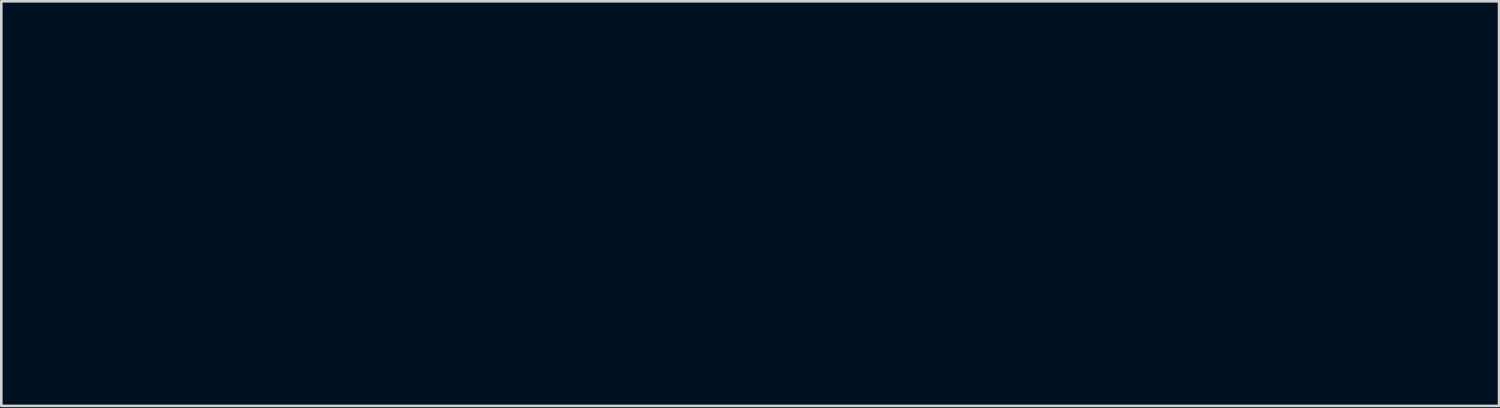
<source format=kicad_pcb>
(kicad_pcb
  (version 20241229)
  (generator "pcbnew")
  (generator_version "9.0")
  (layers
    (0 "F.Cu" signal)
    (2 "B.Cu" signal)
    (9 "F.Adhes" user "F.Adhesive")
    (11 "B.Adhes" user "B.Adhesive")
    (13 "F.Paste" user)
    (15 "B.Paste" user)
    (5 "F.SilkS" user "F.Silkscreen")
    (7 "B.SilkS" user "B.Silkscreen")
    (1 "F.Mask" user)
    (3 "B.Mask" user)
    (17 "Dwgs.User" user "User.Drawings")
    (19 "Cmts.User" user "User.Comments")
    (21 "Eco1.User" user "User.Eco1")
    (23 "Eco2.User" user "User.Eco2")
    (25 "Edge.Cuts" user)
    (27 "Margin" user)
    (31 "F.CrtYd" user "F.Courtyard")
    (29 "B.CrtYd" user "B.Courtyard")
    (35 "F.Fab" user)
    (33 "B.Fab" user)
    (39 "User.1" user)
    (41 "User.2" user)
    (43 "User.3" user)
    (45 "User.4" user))
  (footprint "OT_gold_logo"
    (layer "F.Cu")
    (at 25.913 4.746)
    (property "Reference" "OT_gold_logo" (at 0 0 0) (layer "F.Mask") (effects (font (size 1.524 1.524) (thickness 0.3))))
    (attr through_hole)
    (fp_poly (pts (xy 18.733 4.487) (xy 17.674 4.487) (xy 17.674 0.169) (xy 18.733 0.169) (xy 18.733 4.487)) (stroke (width 0.01) (type solid)) (fill yes) (layer "F.Mask"))
    (fp_poly (pts (xy 25.273 4.487) (xy 24.215 4.487) (xy 24.215 3.45) (xy 25.273 3.45) (xy 25.273 4.487)) (stroke (width 0.01) (type solid)) (fill yes) (layer "F.Mask"))
    (fp_poly (pts (xy -21.431 -3.662) (xy -22.511 -2.582) (xy -24.013 -2.582) (xy -22.934 -3.662) (xy -21.855 -4.741) (xy -20.352 -4.741) (xy -21.431 -3.662)) (stroke (width 0.01) (type solid)) (fill yes) (layer "F.Mask"))
    (fp_poly (pts (xy -18.341 -3.662) (xy -19.42 -2.582) (xy -20.923 -2.582) (xy -19.844 -3.662) (xy -18.764 -4.741) (xy -17.262 -4.741) (xy -18.341 -3.662)) (stroke (width 0.01) (type solid)) (fill yes) (layer "F.Mask"))
    (fp_poly (pts (xy -10.181 -2.572) (xy -12.351 -0.402) (xy -13.854 -0.402) (xy -11.684 -2.572) (xy -9.514 -4.741) (xy -8.012 -4.741) (xy -10.181 -2.572)) (stroke (width 0.01) (type solid)) (fill yes) (layer "F.Mask"))
    (fp_poly (pts (xy -0.931 -2.572) (xy -3.101 -0.402) (xy -4.604 -0.402) (xy -2.434 -2.572) (xy -0.265 -4.741) (xy 1.238 -4.741) (xy -0.931 -2.572)) (stroke (width 0.01) (type solid)) (fill yes) (layer "F.Mask"))
    (fp_poly (pts (xy -16.341 -2.572) (xy -18.51 -0.402) (xy -18.817 -0.402) (xy -18.817 -1.598) (xy -17.245 -3.17) (xy -15.674 -4.741) (xy -14.171 -4.741) (xy -16.341 -2.572)) (stroke (width 0.01) (type solid)) (fill yes) (layer "F.Mask"))
    (fp_poly (pts (xy 4.017 -2.09) (xy 4.022 -1.344) (xy 3.55 -0.873) (xy 3.078 -0.402) (xy 1.577 -0.402) (xy 2.794 -1.619) (xy 4.011 -2.836) (xy 4.017 -2.09)) (stroke (width 0.01) (type solid)) (fill yes) (layer "F.Mask"))
    (fp_poly (pts (xy 4.022 -4.434) (xy 2.006 -2.418) (xy -0.011 -0.402) (xy -1.513 -0.402) (xy 0.656 -2.572) (xy 2.826 -4.741) (xy 4.022 -4.741) (xy 4.022 -4.434)) (stroke (width 0.01) (type solid)) (fill yes) (layer "F.Mask"))
    (fp_poly (pts (xy -16.75 0.174) (xy -16.004 0.18) (xy -17.411 1.587) (xy -18.817 2.995) (xy -18.817 2.244) (xy -18.817 1.492) (xy -18.156 0.831) (xy -17.495 0.169) (xy -16.75 0.174)) (stroke (width 0.01) (type solid)) (fill yes) (layer "F.Mask"))
    (fp_poly (pts (xy 23.643 -0.402) (xy 22.585 -0.402) (xy 22.585 -3.683) (xy 20.384 -3.683) (xy 20.373 -0.413) (xy 19.325 -0.401) (xy 19.325 -4.741) (xy 23.643 -4.741) (xy 23.643 -0.402)) (stroke (width 0.01) (type solid)) (fill yes) (layer "F.Mask"))
    (fp_poly (pts (xy 23.643 4.487) (xy 22.585 4.487) (xy 22.585 1.228) (xy 20.384 1.228) (xy 20.384 4.487) (xy 19.325 4.487) (xy 19.325 0.169) (xy 23.643 0.169) (xy 23.643 4.487)) (stroke (width 0.01) (type solid)) (fill yes) (layer "F.Mask"))
    (fp_poly (pts (xy -9.594 0.169) (xy -7.429 0.169) (xy -7.429 1.228) (xy -9.059 1.228) (xy -9.059 4.487) (xy -10.118 4.487) (xy -10.118 1.228) (xy -11.746 1.228) (xy -11.752 0.698) (xy -11.758 0.169) (xy -9.594 0.169)) (stroke (width 0.01) (type solid)) (fill yes) (layer "F.Mask"))
    (fp_poly (pts (xy 12.192 1.228) (xy 8.932 1.228) (xy 8.932 1.799) (xy 12.192 1.799) (xy 12.192 2.857) (xy 8.932 2.857) (xy 8.932 3.45) (xy 12.192 3.45) (xy 12.192 4.487) (xy 7.874 4.487) (xy 7.874 0.169) (xy 12.192 0.169) (xy 12.192 1.228)) (stroke (width 0.01) (type solid)) (fill yes) (layer "F.Mask"))
    (fp_poly (pts (xy 17.103 4.487) (xy 16.044 4.487) (xy 16.044 1.228) (xy 15.473 1.228) (xy 15.473 4.487) (xy 14.415 4.487) (xy 14.415 1.228) (xy 13.822 1.228) (xy 13.822 4.487) (xy 12.785 4.487) (xy 12.785 0.169) (xy 17.103 0.169) (xy 17.103 4.487)) (stroke (width 0.01) (type solid)) (fill yes) (layer "F.Mask"))
    (fp_poly (pts (xy 2.392 1.228) (xy -0.889 1.228) (xy -0.889 1.799) (xy 2.392 1.799) (xy 2.392 2.857) (xy -0.89 2.857) (xy -0.884 3.149) (xy -0.878 3.44) (xy 2.392 3.45) (xy 2.392 4.487) (xy -1.947 4.487) (xy -1.947 0.169) (xy 2.392 0.169) (xy 2.392 1.228)) (stroke (width 0.01) (type solid)) (fill yes) (layer "F.Mask"))
    (fp_poly (pts (xy -5.8 1.799) (xy -3.577 1.799) (xy -3.577 0.169) (xy -2.519 0.169) (xy -2.519 4.487) (xy -3.577 4.487) (xy -3.577 2.857) (xy -4.683 2.863) (xy -5.789 2.868) (xy -5.795 3.678) (xy -5.8 4.487) (xy -6.858 4.487) (xy -6.858 0.169) (xy -5.8 0.169) (xy -5.8 1.799)) (stroke (width 0.01) (type solid)) (fill yes) (layer "F.Mask"))
    (fp_poly (pts (xy 18.733 -3.683) (xy 15.473 -3.683) (xy 15.473 -3.111) (xy 18.733 -3.111) (xy 18.733 -2.053) (xy 15.472 -2.053) (xy 15.478 -1.762) (xy 15.483 -1.471) (xy 17.108 -1.466) (xy 18.733 -1.46) (xy 18.733 -0.402) (xy 14.415 -0.402) (xy 14.415 -4.741) (xy 18.733 -4.741) (xy 18.733 -3.683)) (stroke (width 0.01) (type solid)) (fill yes) (layer "F.Mask"))
    (fp_poly (pts (xy -24.522 -3.662) (xy -25.601 -2.582) (xy -25.74 -2.582) (xy -25.814 -2.584) (xy -25.869 -2.59) (xy -25.894 -2.596) (xy -25.898 -2.621) (xy -25.901 -2.681) (xy -25.904 -2.773) (xy -25.906 -2.891) (xy -25.907 -3.029) (xy -25.908 -3.181) (xy -25.908 -3.193) (xy -25.908 -3.776) (xy -24.946 -4.741) (xy -23.442 -4.741) (xy -24.522 -3.662)) (stroke (width 0.01) (type solid)) (fill yes) (layer "F.Mask"))
    (fp_poly (pts (xy 13.822 -2.053) (xy 10.573 -2.043) (xy 10.567 -1.222) (xy 10.562 -0.402) (xy 9.504 -0.402) (xy 9.504 -3.111) (xy 10.562 -3.111) (xy 11.668 -3.117) (xy 12.774 -3.122) (xy 12.774 -3.672) (xy 11.668 -3.678) (xy 10.562 -3.683) (xy 10.562 -3.111) (xy 9.504 -3.111) (xy 9.504 -4.741) (xy 13.822 -4.741) (xy 13.822 -2.053)) (stroke (width 0.01) (type solid)) (fill yes) (layer "F.Mask"))
    (fp_poly (pts (xy 25.273 -0.402) (xy 24.758 -0.402) (xy 24.614 -0.403) (xy 24.485 -0.404) (xy 24.376 -0.407) (xy 24.293 -0.41) (xy 24.242 -0.413) (xy 24.229 -0.416) (xy 24.225 -0.441) (xy 24.221 -0.501) (xy 24.218 -0.592) (xy 24.216 -0.708) (xy 24.215 -0.842) (xy 24.215 -0.945) (xy 24.215 -1.46) (xy 25.273 -1.46) (xy 25.273 -0.402)) (stroke (width 0.01) (type solid)) (fill yes) (layer "F.Mask"))
    (fp_poly (pts (xy -10.711 3.369) (xy -10.71 4.124) (xy -11.07 4.477) (xy -11.821 4.487) (xy -11.995 4.49) (xy -12.154 4.492) (xy -12.295 4.494) (xy -12.412 4.496) (xy -12.5 4.497) (xy -12.556 4.498) (xy -12.573 4.498) (xy -12.559 4.483) (xy -12.517 4.441) (xy -12.45 4.374) (xy -12.362 4.284) (xy -12.254 4.175) (xy -12.128 4.048) (xy -11.988 3.906) (xy -11.836 3.752) (xy -11.674 3.588) (xy -11.642 3.556) (xy -10.712 2.614) (xy -10.711 3.369)) (stroke (width 0.01) (type solid)) (fill yes) (layer "F.Mask"))
    (fp_poly (pts (xy -15.081 2.328) (xy -17.239 4.486) (xy -17.986 4.492) (xy -18.159 4.493) (xy -18.318 4.494) (xy -18.458 4.493) (xy -18.574 4.493) (xy -18.661 4.491) (xy -18.716 4.489) (xy -18.733 4.487) (xy -18.718 4.471) (xy -18.675 4.427) (xy -18.605 4.356) (xy -18.511 4.261) (xy -18.393 4.142) (xy -18.254 4.002) (xy -18.094 3.842) (xy -17.917 3.663) (xy -17.723 3.468) (xy -17.514 3.259) (xy -17.291 3.036) (xy -17.058 2.802) (xy -16.814 2.558) (xy -16.579 2.323) (xy -14.425 0.169) (xy -12.922 0.169) (xy -15.081 2.328)) (stroke (width 0.01) (type solid)) (fill yes) (layer "F.Mask"))
    (fp_poly (pts (xy -13.271 -2.572) (xy -15.441 -0.402) (xy -16.177 -0.402) (xy -16.348 -0.402) (xy -16.506 -0.403) (xy -16.644 -0.404) (xy -16.759 -0.405) (xy -16.845 -0.407) (xy -16.897 -0.409) (xy -16.912 -0.41) (xy -16.898 -0.426) (xy -16.855 -0.47) (xy -16.785 -0.541) (xy -16.691 -0.636) (xy -16.573 -0.755) (xy -16.434 -0.895) (xy -16.275 -1.056) (xy -16.098 -1.234) (xy -15.904 -1.429) (xy -15.696 -1.639) (xy -15.474 -1.862) (xy -15.241 -2.097) (xy -14.997 -2.342) (xy -14.76 -2.58) (xy -12.608 -4.741) (xy -11.102 -4.741) (xy -13.271 -2.572)) (stroke (width 0.01) (type solid)) (fill yes) (layer "F.Mask"))
    (fp_poly (pts (xy -12.34 1.799) (xy -11.462 1.799) (xy -12.805 3.143) (xy -14.149 4.486) (xy -14.895 4.492) (xy -15.069 4.493) (xy -15.227 4.494) (xy -15.367 4.493) (xy -15.483 4.493) (xy -15.571 4.491) (xy -15.626 4.489) (xy -15.642 4.487) (xy -15.628 4.471) (xy -15.585 4.427) (xy -15.516 4.357) (xy -15.423 4.263) (xy -15.308 4.146) (xy -15.172 4.009) (xy -15.017 3.854) (xy -14.847 3.683) (xy -14.661 3.496) (xy -14.463 3.298) (xy -14.254 3.088) (xy -14.035 2.87) (xy -13.991 2.826) (xy -12.34 1.175) (xy -12.34 1.799)) (stroke (width 0.01) (type solid)) (fill yes) (layer "F.Mask"))
    (fp_poly (pts (xy -5.517 -4.741) (xy -5.36 -4.74) (xy -5.221 -4.738) (xy -5.107 -4.735) (xy -5.021 -4.732) (xy -4.968 -4.729) (xy -4.954 -4.725) (xy -4.969 -4.709) (xy -5.012 -4.664) (xy -5.081 -4.593) (xy -5.176 -4.497) (xy -5.294 -4.377) (xy -5.433 -4.236) (xy -5.593 -4.076) (xy -5.77 -3.897) (xy -5.964 -3.702) (xy -6.173 -3.492) (xy -6.396 -3.269) (xy -6.63 -3.034) (xy -6.873 -2.79) (xy -7.108 -2.556) (xy -9.26 -0.402) (xy -10.763 -0.402) (xy -8.594 -2.572) (xy -6.424 -4.741) (xy -5.689 -4.741) (xy -5.517 -4.741)) (stroke (width 0.01) (type solid)) (fill yes) (layer "F.Mask"))
    (fp_poly (pts (xy -4.022 -2.572) (xy -6.191 -0.402) (xy -6.927 -0.402) (xy -7.098 -0.403) (xy -7.256 -0.404) (xy -7.394 -0.406) (xy -7.509 -0.408) (xy -7.595 -0.411) (xy -7.648 -0.415) (xy -7.662 -0.418) (xy -7.648 -0.435) (xy -7.605 -0.479) (xy -7.535 -0.551) (xy -7.44 -0.647) (xy -7.323 -0.766) (xy -7.183 -0.907) (xy -7.024 -1.068) (xy -6.846 -1.246) (xy -6.652 -1.442) (xy -6.443 -1.652) (xy -6.221 -1.875) (xy -5.987 -2.109) (xy -5.743 -2.353) (xy -5.509 -2.588) (xy -3.355 -4.741) (xy -1.852 -4.741) (xy -4.022 -2.572)) (stroke (width 0.01) (type solid)) (fill yes) (layer "F.Mask"))
    (fp_poly (pts (xy 8.932 -0.402) (xy 4.593 -0.402) (xy 4.593 -2.586) (xy 5.652 -2.586) (xy 5.652 -2.374) (xy 5.653 -2.176) (xy 5.654 -1.994) (xy 5.655 -1.833) (xy 5.657 -1.697) (xy 5.66 -1.59) (xy 5.662 -1.515) (xy 5.665 -1.478) (xy 5.666 -1.474) (xy 5.689 -1.472) (xy 5.751 -1.469) (xy 5.847 -1.468) (xy 5.973 -1.466) (xy 6.125 -1.465) (xy 6.3 -1.465) (xy 6.493 -1.465) (xy 6.7 -1.465) (xy 6.772 -1.466) (xy 7.863 -1.471) (xy 7.863 -3.672) (xy 6.757 -3.678) (xy 5.652 -3.683) (xy 5.652 -2.586) (xy 4.593 -2.586) (xy 4.593 -4.741) (xy 8.932 -4.741) (xy 8.932 -0.402)) (stroke (width 0.01) (type solid)) (fill yes) (layer "F.Mask"))
    (fp_poly (pts (xy 7.281 2.857) (xy 6.879 2.857) (xy 6.754 2.858) (xy 6.645 2.86) (xy 6.558 2.864) (xy 6.5 2.868) (xy 6.477 2.873) (xy 6.477 2.873) (xy 6.491 2.891) (xy 6.533 2.936) (xy 6.597 3.003) (xy 6.681 3.09) (xy 6.782 3.193) (xy 6.896 3.308) (xy 7.011 3.424) (xy 7.546 3.958) (xy 7.176 4.329) (xy 7.073 4.43) (xy 6.981 4.522) (xy 6.903 4.598) (xy 6.843 4.656) (xy 6.806 4.69) (xy 6.795 4.699) (xy 6.778 4.684) (xy 6.734 4.642) (xy 6.666 4.576) (xy 6.575 4.486) (xy 6.465 4.378) (xy 6.338 4.252) (xy 6.197 4.111) (xy 6.043 3.958) (xy 5.881 3.796) (xy 5.863 3.778) (xy 4.943 2.857) (xy 4.022 2.857) (xy 4.022 4.487) (xy 2.963 4.487) (xy 2.963 1.228) (xy 4.022 1.228) (xy 4.022 1.799) (xy 6.244 1.799) (xy 6.244 1.228) (xy 4.022 1.228) (xy 2.963 1.228) (xy 2.963 0.169) (xy 7.281 0.169) (xy 7.281 2.857)) (stroke (width 0.01) (type solid)) (fill yes) (layer "F.Mask")))
  (gr_rect
    (start -3 -3)
    (end 54.191 12.45)
    (stroke (width 0.1) (type default))
    (fill no)
    (layer "Edge.Cuts")))
</source>
